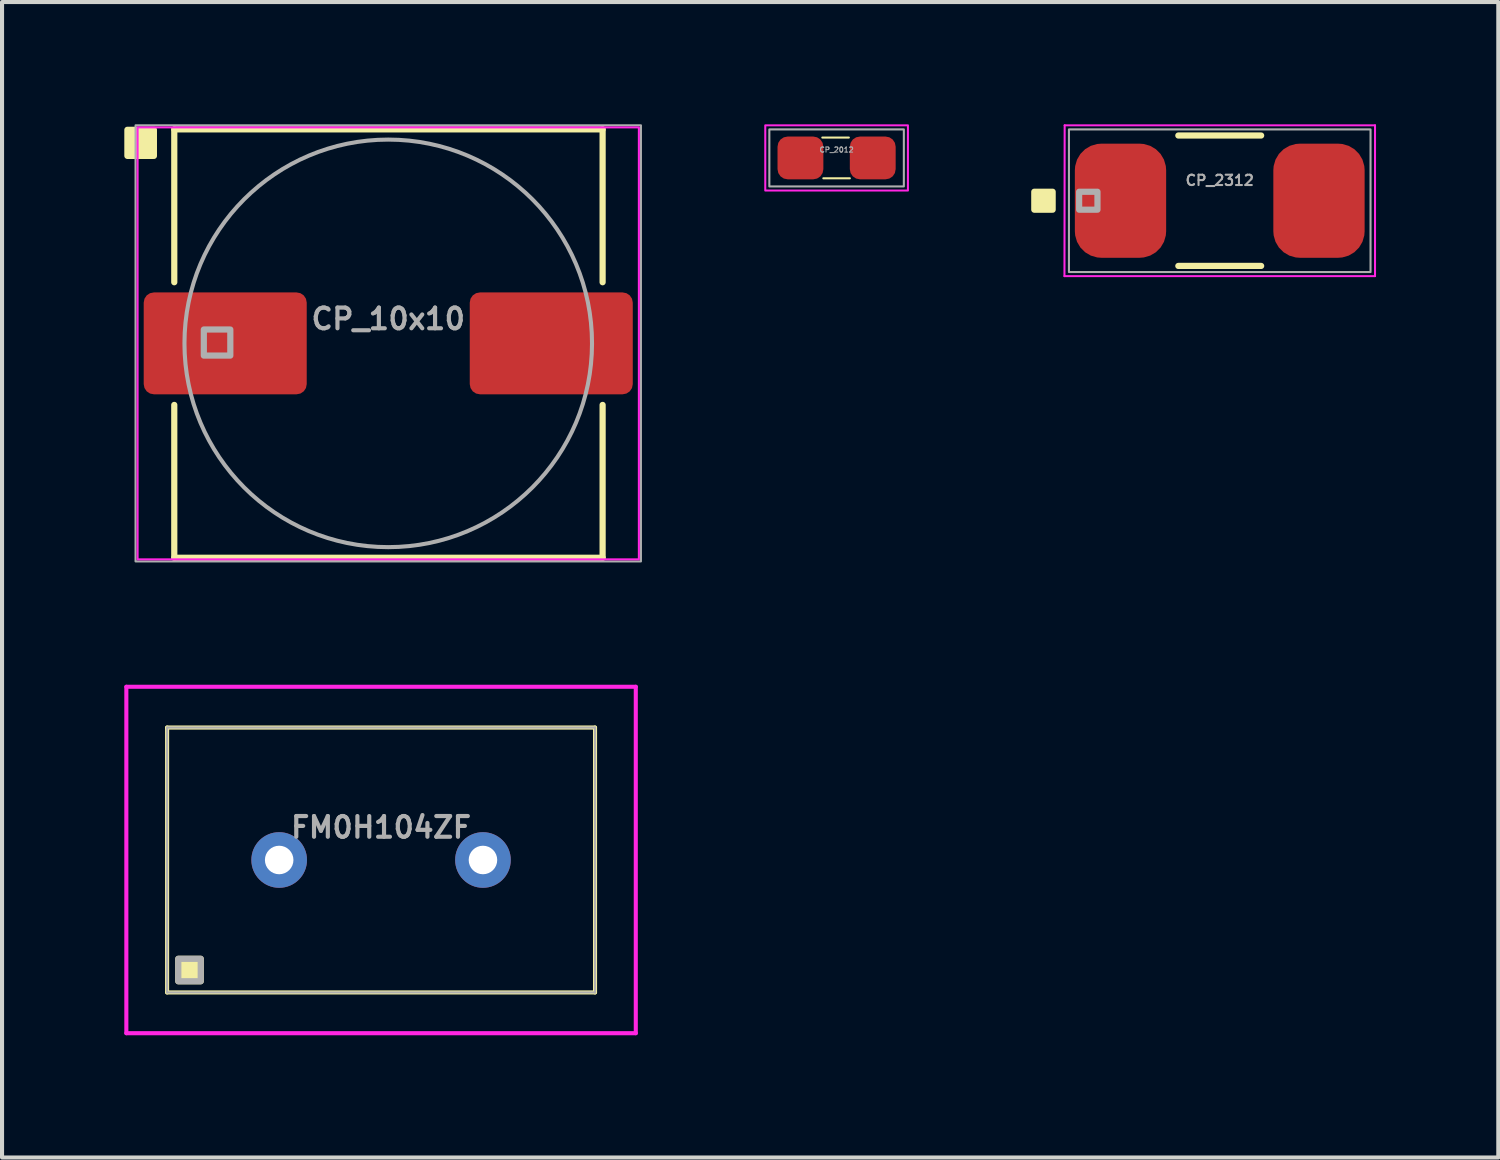
<source format=kicad_pcb>
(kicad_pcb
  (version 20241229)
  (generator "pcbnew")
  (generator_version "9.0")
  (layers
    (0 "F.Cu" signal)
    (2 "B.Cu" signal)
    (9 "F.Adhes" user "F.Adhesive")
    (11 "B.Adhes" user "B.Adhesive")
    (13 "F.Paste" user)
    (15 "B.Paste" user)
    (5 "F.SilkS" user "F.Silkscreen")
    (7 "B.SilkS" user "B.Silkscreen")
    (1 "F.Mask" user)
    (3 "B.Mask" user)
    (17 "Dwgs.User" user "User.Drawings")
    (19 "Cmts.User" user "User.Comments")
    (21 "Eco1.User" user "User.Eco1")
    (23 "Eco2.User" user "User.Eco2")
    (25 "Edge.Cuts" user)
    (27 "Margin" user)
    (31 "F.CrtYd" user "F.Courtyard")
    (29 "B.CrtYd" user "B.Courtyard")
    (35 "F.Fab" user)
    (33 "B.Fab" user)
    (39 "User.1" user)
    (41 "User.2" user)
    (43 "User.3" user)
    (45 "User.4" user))
  (footprint "CP_2012"
    (layer "F.Cu")
    (at 17.477 0.825)
    (property "Reference" "CP_2012" (at 0 -0.2 0) (layer "F.Fab") (effects (font (size 0.127 0.127) (thickness 0.025))))
    (attr smd)
    (fp_line (start 0.3 -0.5) (end -0.35 -0.5) (stroke (width 0.051) (type solid)) (layer "F.SilkS"))
    (fp_line (start 0.325 0.5) (end -0.325 0.5) (stroke (width 0.051) (type solid)) (layer "F.SilkS"))
    (fp_rect (start -1.75 -0.8) (end 1.75 0.8) (stroke (width 0.05) (type solid)) (fill no) (layer "F.CrtYd"))
    (fp_rect (start -1.65 -0.7) (end 1.65 0.7) (stroke (width 0.051) (type solid)) (fill no) (layer "F.Fab"))
    (pad "1" smd roundrect (at -0.887 0) (size 1.125 1.05) (layers "F.Cu" "F.Mask" "F.Paste") (roundrect_rratio 0.238))
    (pad "2" smd roundrect (at 0.887 0) (size 1.125 1.05) (layers "F.Cu" "F.Mask" "F.Paste") (roundrect_rratio 0.238)))
  (footprint "CP_10x10"
    (layer "F.Cu")
    (at 6.476 5.375)
    (property "Reference" "CP_10x10" (at 0 -0.6 0) (layer "F.Fab") (effects (font (size 0.508 0.508) (thickness 0.102))))
    (attr smd)
    (fp_line (start -5.25 -5.25) (end -5.25 -1.5) (stroke (width 0.152) (type solid)) (layer "F.SilkS"))
    (fp_line (start -5.25 5.26) (end -5.25 1.51) (stroke (width 0.152) (type solid)) (layer "F.SilkS"))
    (fp_line (start -5.25 5.26) (end 5.26 5.26) (stroke (width 0.152) (type solid)) (layer "F.SilkS"))
    (fp_line (start 5.26 -5.25) (end -5.25 -5.25) (stroke (width 0.152) (type solid)) (layer "F.SilkS"))
    (fp_line (start 5.26 -5.25) (end 5.26 -1.5) (stroke (width 0.152) (type solid)) (layer "F.SilkS"))
    (fp_line (start 5.26 5.26) (end 5.26 1.51) (stroke (width 0.152) (type solid)) (layer "F.SilkS"))
    (fp_rect (start -6.4 -4.6) (end -5.75 -5.24) (stroke (width 0.152) (type solid)) (fill yes) (layer "F.SilkS"))
    (fp_rect (start -6.15 -5.3) (end 6.15 5.3) (stroke (width 0.051) (type solid)) (fill no) (layer "F.CrtYd"))
    (fp_rect (start -6.2 -5.35) (end 6.2 5.35) (stroke (width 0.051) (type solid)) (fill no) (layer "F.Fab"))
    (fp_rect (start -4.525 0.3) (end -3.875 -0.34) (stroke (width 0.152) (type solid)) (fill no) (layer "F.Fab"))
    (fp_circle (center 0 0) (end 5 0) (stroke (width 0.1) (type solid)) (fill no) (layer "F.Fab"))
    (pad "1" smd roundrect (at -4 0) (size 4 2.5) (layers "F.Cu" "F.Mask" "F.Paste") (roundrect_rratio 0.1))
    (pad "2" smd roundrect (at 4 0) (size 4 2.5) (layers "F.Cu" "F.Mask" "F.Paste") (roundrect_rratio 0.1)))
  (footprint "CP_2312"
    (layer "F.Cu")
    (at 26.878 1.875)
    (property "Reference" "CP_2312" (at 0 -0.5 0) (layer "F.Fab") (effects (font (size 0.254 0.254) (thickness 0.051))))
    (attr smd)
    (fp_line (start -1.016 1.6) (end 1.016 1.6) (stroke (width 0.152) (type solid)) (layer "F.SilkS"))
    (fp_line (start 1.016 -1.6) (end -1.016 -1.6) (stroke (width 0.152) (type solid)) (layer "F.SilkS"))
    (fp_rect (start -4.55 0.22) (end -4.1 -0.22) (stroke (width 0.152) (type solid)) (fill yes) (layer "F.SilkS"))
    (fp_line (start -3.81 1.85) (end 3.81 1.85) (stroke (width 0.05) (type solid)) (layer "F.CrtYd"))
    (fp_line (start -3.805 -1.85) (end -3.81 1.85) (stroke (width 0.05) (type solid)) (layer "F.CrtYd"))
    (fp_line (start 3.81 -1.85) (end -3.805 -1.85) (stroke (width 0.05) (type solid)) (layer "F.CrtYd"))
    (fp_line (start 3.81 1.85) (end 3.81 -1.85) (stroke (width 0.05) (type solid)) (layer "F.CrtYd"))
    (fp_rect (start -3.7 -1.75) (end 3.7 1.75) (stroke (width 0.051) (type solid)) (fill no) (layer "F.Fab"))
    (fp_rect (start -3.45 0.22) (end -3 -0.22) (stroke (width 0.152) (type solid)) (fill no) (layer "F.Fab"))
    (pad "1" smd roundrect (at -2.435 0) (size 2.24 2.8) (layers "F.Cu" "F.Mask" "F.Paste") (roundrect_rratio 0.29))
    (pad "2" smd roundrect (at 2.435 0) (size 2.24 2.8) (layers "F.Cu" "F.Mask" "F.Paste") (roundrect_rratio 0.29)))
  (footprint "FM0H104ZF"
    (layer "F.Cu")
    (at 3.8 18.051)
    (property "Reference" "FM0H104ZF" (at 2.5 -0.8 0) (layer "F.Fab") (effects (font (size 0.508 0.508) (thickness 0.102))))
    (attr through_hole)
    (fp_line (start -2.75 -3.25) (end 7.75 -3.25) (stroke (width 0.1) (type solid)) (layer "F.SilkS"))
    (fp_line (start -2.75 3.25) (end -2.75 -3.25) (stroke (width 0.1) (type solid)) (layer "F.SilkS"))
    (fp_line (start 7.75 -3.25) (end 7.75 3.25) (stroke (width 0.1) (type solid)) (layer "F.SilkS"))
    (fp_line (start 7.75 3.25) (end -2.75 3.25) (stroke (width 0.1) (type solid)) (layer "F.SilkS"))
    (fp_rect (start -2.475 2.975) (end -1.925 2.425) (stroke (width 0.152) (type solid)) (fill yes) (layer "F.SilkS"))
    (fp_line (start -3.75 -4.25) (end 8.75 -4.25) (stroke (width 0.1) (type solid)) (layer "F.CrtYd"))
    (fp_line (start -3.75 4.25) (end -3.75 -4.25) (stroke (width 0.1) (type solid)) (layer "F.CrtYd"))
    (fp_line (start 8.75 -4.25) (end 8.75 4.25) (stroke (width 0.1) (type solid)) (layer "F.CrtYd"))
    (fp_line (start 8.75 4.25) (end -3.75 4.25) (stroke (width 0.1) (type solid)) (layer "F.CrtYd"))
    (fp_line (start -2.75 -3.25) (end 7.75 -3.25) (stroke (width 0.051) (type solid)) (layer "F.Fab"))
    (fp_line (start -2.75 3.25) (end -2.75 -3.25) (stroke (width 0.051) (type solid)) (layer "F.Fab"))
    (fp_line (start 7.75 -3.25) (end 7.75 3.25) (stroke (width 0.051) (type solid)) (layer "F.Fab"))
    (fp_line (start 7.75 3.25) (end -2.75 3.25) (stroke (width 0.051) (type solid)) (layer "F.Fab"))
    (fp_rect (start -2.475 2.975) (end -1.925 2.425) (stroke (width 0.152) (type solid)) (fill no) (layer "F.Fab"))
    (pad "1" thru_hole circle (at 0 0) (size 1.365 1.365) (drill 0.7) (layers "*.Cu" "*.Mask"))
    (pad "2" thru_hole circle (at 5 0) (size 1.365 1.365) (drill 0.7) (layers "*.Cu" "*.Mask")))
  (gr_rect
    (start -3 -3)
    (end 33.713 25.351)
    (stroke (width 0.1) (type default))
    (fill no)
    (layer "Edge.Cuts")))
</source>
